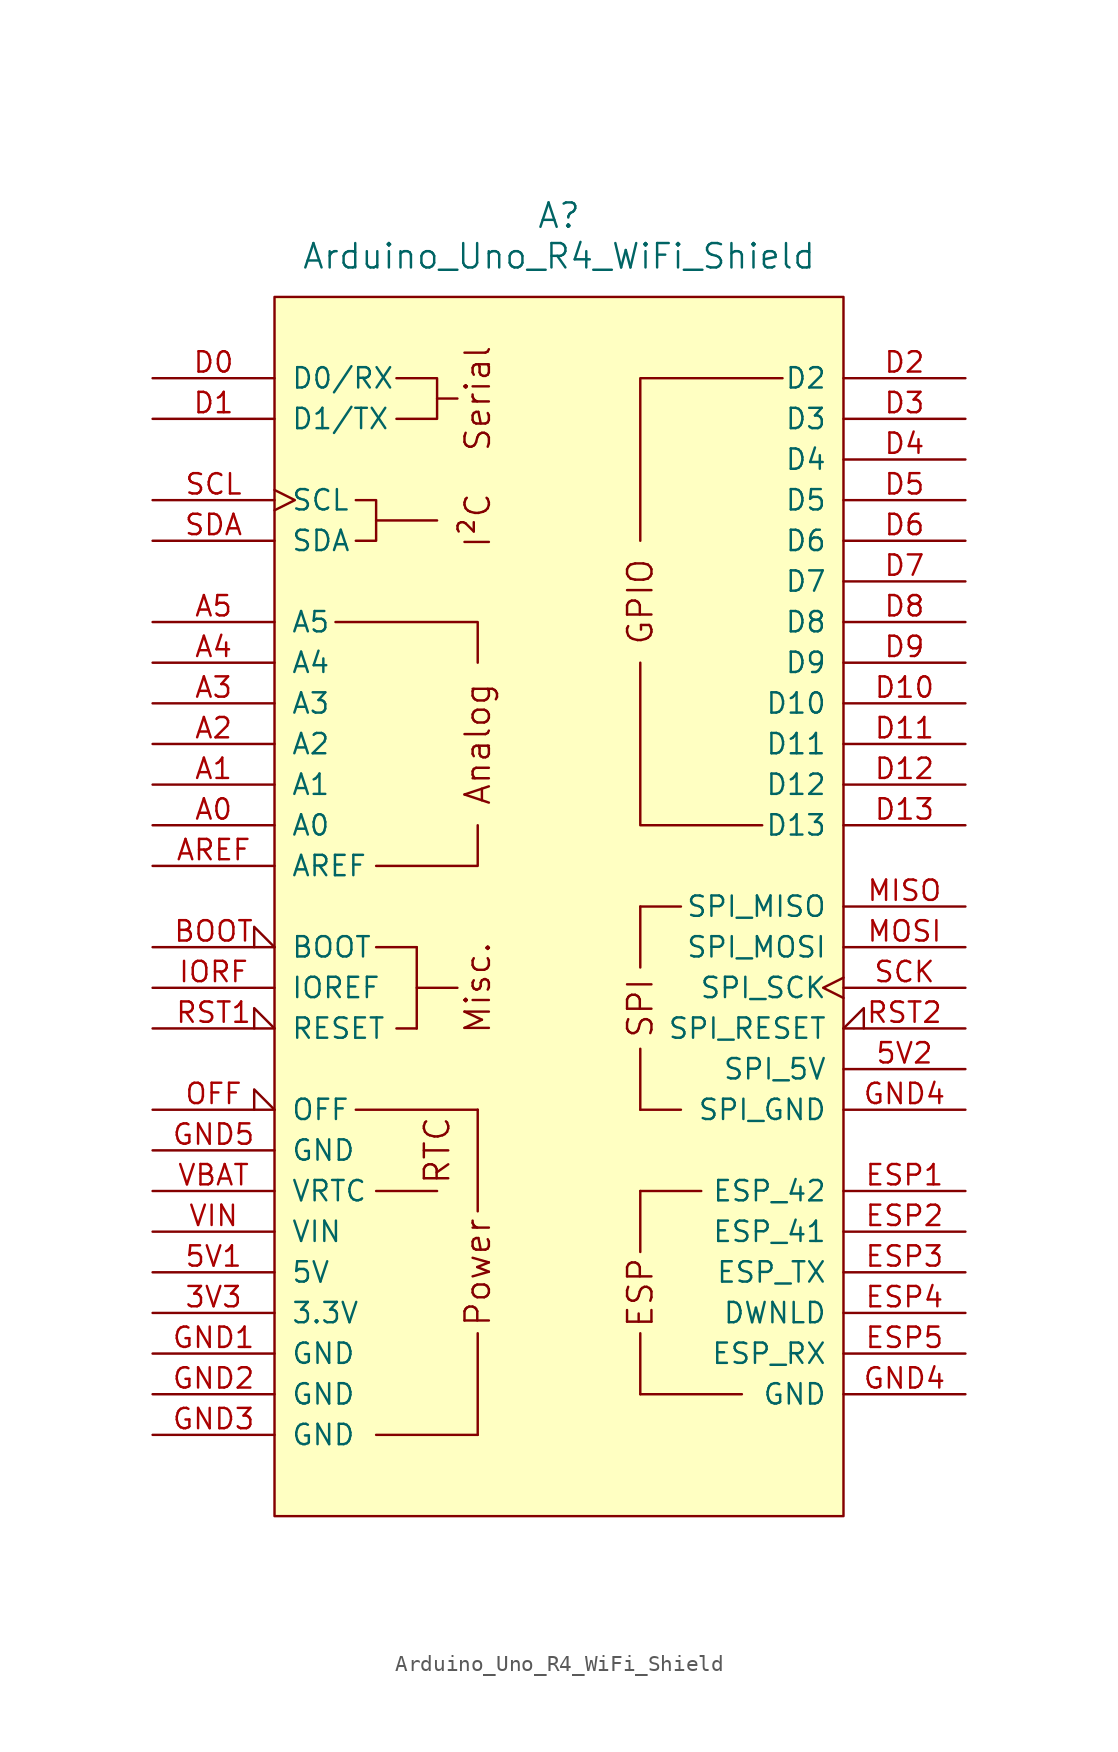
<source format=kicad_sym>
(kicad_symbol_lib
  (version 20231120)
  (generator "kicad_symbol_editor")
  (generator_version "8.0")
  (symbol "Arduino_Uno_R4_WiFi_Shield"
    (pin_names
      (offset 1.016))
    (property "Reference" "A"
      (at 0 43.18 0)
      (effects (font (size 1.524 1.524))))
    (property "Value" "Arduino_Uno_R4_WiFi_Shield"
      (at 0 40.64 0)
      (effects (font (size 1.524 1.524))))
    (symbol "Arduino_Uno_R4_WiFi_Shield_0_0"
      (rectangle (start -17.78 38.1) (end 17.78 -38.1) (stroke (width 0) (type default)) (fill (type background)))
      (rectangle (start -12.7 -12.7) (end -5.08 -12.7) (stroke (width 0) (type default)) (fill (type none)))
      (rectangle (start -11.43 -33.02) (end -5.08 -33.02) (stroke (width 0) (type default)) (fill (type none)))
      (rectangle (start -10.16 -7.62) (end -8.89 -7.62) (stroke (width 0) (type default)) (fill (type none)))
      (rectangle (start -8.89 -7.62) (end -8.89 -2.54) (stroke (width 0) (type default)) (fill (type none)))
      (rectangle (start -8.89 -5.08) (end -6.35 -5.08) (stroke (width 0) (type default)) (fill (type none)))
      (rectangle (start -8.89 -2.54) (end -11.43 -2.54) (stroke (width 0) (type default)) (fill (type none)))
      (polyline (pts (xy -11.43 24.13) (xy -7.62 24.13)) (stroke (width 0) (type default)) (fill (type none)))
      (polyline (pts (xy -7.62 31.75) (xy -6.35 31.75)) (stroke (width 0) (type default)) (fill (type none)))
      (polyline (pts (xy -5.08 -26.67) (xy -5.08 -33.02)) (stroke (width 0) (type default)) (fill (type none)))
      (polyline (pts (xy -5.08 -12.7) (xy -5.08 -19.05)) (stroke (width 0) (type default)) (fill (type none)))
      (polyline (pts (xy -5.08 5.08) (xy -5.08 2.54) (xy -11.43 2.54)) (stroke (width 0) (type default)) (fill (type none)))
      (polyline (pts (xy -5.08 15.24) (xy -5.08 17.78) (xy -13.97 17.78)) (stroke (width 0) (type default)) (fill (type none)))
      (polyline (pts (xy 5.08 15.24) (xy 5.08 5.08) (xy 12.7 5.08)) (stroke (width 0) (type default)) (fill (type none)))
      (polyline (pts (xy 5.08 22.86) (xy 5.08 33.02) (xy 13.97 33.02)) (stroke (width 0) (type default)) (fill (type none)))
      (polyline (pts (xy -12.7 25.4) (xy -11.43 25.4) (xy -11.43 22.86) (xy -12.7 22.86)) (stroke (width 0) (type default)) (fill (type none)))
      (polyline (pts (xy -10.16 33.02) (xy -7.62 33.02) (xy -7.62 30.48) (xy -10.16 30.48)) (stroke (width 0) (type default)) (fill (type none)))
      (rectangle (start 5.08 -30.48) (end 5.08 -26.67) (stroke (width 0) (type default)) (fill (type none)))
      (rectangle (start 5.08 -30.48) (end 11.43 -30.48) (stroke (width 0) (type default)) (fill (type none)))
      (rectangle (start 5.08 -21.59) (end 5.08 -17.78) (stroke (width 0) (type default)) (fill (type none)))
      (rectangle (start 5.08 -17.78) (end 8.89 -17.78) (stroke (width 0) (type default)) (fill (type none)))
      (rectangle (start 5.08 -12.7) (end 5.08 -8.89) (stroke (width 0) (type default)) (fill (type none)))
      (rectangle (start 5.08 -12.7) (end 7.62 -12.7) (stroke (width 0) (type default)) (fill (type none)))
      (rectangle (start 5.08 -3.81) (end 5.08 0) (stroke (width 0) (type default)) (fill (type none)))
      (rectangle (start 7.62 0) (end 5.08 0) (stroke (width 0) (type default)) (fill (type none)))
      (text "Analog" (at -5.08 10.16 900) (effects (font (size 1.524 1.524))))
      (text "ESP" (at 5.08 -24.13 900) (effects (font (size 1.524 1.524))))
      (text "I²C" (at -5.08 24.13 900) (effects (font (size 1.524 1.524))))
      (text "Misc." (at -5.08 -5.08 900) (effects (font (size 1.524 1.524))))
      (text "Power" (at -5.08 -22.86 900) (effects (font (size 1.524 1.524))))
      (text "RTC" (at -7.62 -15.24 900) (effects (font (size 1.524 1.524))))
      (text "Serial" (at -5.08 31.75 900) (effects (font (size 1.524 1.524))))
      (text "SPI" (at 5.08 -6.35 900) (effects (font (size 1.524 1.524)))))
    (symbol "Arduino_Uno_R4_WiFi_Shield_0_1"
      (polyline (pts (xy -11.43 -17.78) (xy -7.62 -17.78)) (stroke (width 0) (type default)) (fill (type none))))
    (symbol "Arduino_Uno_R4_WiFi_Shield_1_0"
      (text "GPIO" (at 5.08 19.05 900) (effects (font (size 1.524 1.524)))))
    (symbol "Arduino_Uno_R4_WiFi_Shield_1_1"
      (pin power_out line (at -25.4 -25.4 0) (length 7.62) (name "3.3V" (effects (font (size 1.27 1.27)))) (number "3V3" (effects (font (size 1.27 1.27)))))
      (pin power_in line (at -25.4 -22.86 0) (length 7.62) (name "5V" (effects (font (size 1.27 1.27)))) (number "5V1" (effects (font (size 1.27 1.27)))))
      (pin power_in line (at 25.4 -10.16 180) (length 7.62) (name "SPI_5V" (effects (font (size 1.27 1.27)))) (number "5V2" (effects (font (size 1.27 1.27)))))
      (pin bidirectional line (at -25.4 5.08 0) (length 7.62) (name "A0" (effects (font (size 1.27 1.27)))) (number "A0" (effects (font (size 1.27 1.27)))))
      (pin bidirectional line (at -25.4 7.62 0) (length 7.62) (name "A1" (effects (font (size 1.27 1.27)))) (number "A1" (effects (font (size 1.27 1.27)))))
      (pin bidirectional line (at -25.4 10.16 0) (length 7.62) (name "A2" (effects (font (size 1.27 1.27)))) (number "A2" (effects (font (size 1.27 1.27)))))
      (pin bidirectional line (at -25.4 12.7 0) (length 7.62) (name "A3" (effects (font (size 1.27 1.27)))) (number "A3" (effects (font (size 1.27 1.27)))))
      (pin bidirectional line (at -25.4 15.24 0) (length 7.62) (name "A4" (effects (font (size 1.27 1.27)))) (number "A4" (effects (font (size 1.27 1.27)))))
      (pin bidirectional line (at -25.4 17.78 0) (length 7.62) (name "A5" (effects (font (size 1.27 1.27)))) (number "A5" (effects (font (size 1.27 1.27)))))
      (pin input line (at -25.4 2.54 0) (length 7.62) (name "AREF" (effects (font (size 1.27 1.27)))) (number "AREF" (effects (font (size 1.27 1.27)))))
      (pin input input_low (at -25.4 -2.54 0) (length 7.62) (name "BOOT" (effects (font (size 1.27 1.27)))) (number "BOOT" (effects (font (size 1.27 1.27)))))
      (pin bidirectional line (at -25.4 33.02 0) (length 7.62) (name "D0/RX" (effects (font (size 1.27 1.27)))) (number "D0" (effects (font (size 1.27 1.27)))))
      (pin bidirectional line (at -25.4 30.48 0) (length 7.62) (name "D1/TX" (effects (font (size 1.27 1.27)))) (number "D1" (effects (font (size 1.27 1.27)))))
      (pin bidirectional line (at 25.4 12.7 180) (length 7.62) (name "D10" (effects (font (size 1.27 1.27)))) (number "D10" (effects (font (size 1.27 1.27)))))
      (pin bidirectional line (at 25.4 10.16 180) (length 7.62) (name "D11" (effects (font (size 1.27 1.27)))) (number "D11" (effects (font (size 1.27 1.27)))))
      (pin bidirectional line (at 25.4 7.62 180) (length 7.62) (name "D12" (effects (font (size 1.27 1.27)))) (number "D12" (effects (font (size 1.27 1.27)))))
      (pin bidirectional line (at 25.4 5.08 180) (length 7.62) (name "D13" (effects (font (size 1.27 1.27)))) (number "D13" (effects (font (size 1.27 1.27)))))
      (pin bidirectional line (at 25.4 33.02 180) (length 7.62) (name "D2" (effects (font (size 1.27 1.27)))) (number "D2" (effects (font (size 1.27 1.27)))))
      (pin bidirectional line (at 25.4 30.48 180) (length 7.62) (name "D3" (effects (font (size 1.27 1.27)))) (number "D3" (effects (font (size 1.27 1.27)))))
      (pin bidirectional line (at 25.4 27.94 180) (length 7.62) (name "D4" (effects (font (size 1.27 1.27)))) (number "D4" (effects (font (size 1.27 1.27)))))
      (pin bidirectional line (at 25.4 25.4 180) (length 7.62) (name "D5" (effects (font (size 1.27 1.27)))) (number "D5" (effects (font (size 1.27 1.27)))))
      (pin bidirectional line (at 25.4 22.86 180) (length 7.62) (name "D6" (effects (font (size 1.27 1.27)))) (number "D6" (effects (font (size 1.27 1.27)))))
      (pin bidirectional line (at 25.4 20.32 180) (length 7.62) (name "D7" (effects (font (size 1.27 1.27)))) (number "D7" (effects (font (size 1.27 1.27)))))
      (pin bidirectional line (at 25.4 17.78 180) (length 7.62) (name "D8" (effects (font (size 1.27 1.27)))) (number "D8" (effects (font (size 1.27 1.27)))))
      (pin bidirectional line (at 25.4 15.24 180) (length 7.62) (name "D9" (effects (font (size 1.27 1.27)))) (number "D9" (effects (font (size 1.27 1.27)))))
      (pin bidirectional line (at 25.4 -17.78 180) (length 7.62) (name "ESP_42" (effects (font (size 1.27 1.27)))) (number "ESP1" (effects (font (size 1.27 1.27)))))
      (pin bidirectional line (at 25.4 -20.32 180) (length 7.62) (name "ESP_41" (effects (font (size 1.27 1.27)))) (number "ESP2" (effects (font (size 1.27 1.27)))))
      (pin bidirectional line (at 25.4 -22.86 180) (length 7.62) (name "ESP_TX" (effects (font (size 1.27 1.27)))) (number "ESP3" (effects (font (size 1.27 1.27)))))
      (pin bidirectional line (at 25.4 -25.4 180) (length 7.62) (name "DWNLD" (effects (font (size 1.27 1.27)))) (number "ESP4" (effects (font (size 1.27 1.27)))))
      (pin bidirectional line (at 25.4 -27.94 180) (length 7.62) (name "ESP_RX" (effects (font (size 1.27 1.27)))) (number "ESP5" (effects (font (size 1.27 1.27)))))
      (pin power_in line (at -25.4 -27.94 0) (length 7.62) (name "GND" (effects (font (size 1.27 1.27)))) (number "GND1" (effects (font (size 1.27 1.27)))))
      (pin power_in line (at -25.4 -30.48 0) (length 7.62) (name "GND" (effects (font (size 1.27 1.27)))) (number "GND2" (effects (font (size 1.27 1.27)))))
      (pin power_in line (at -25.4 -33.02 0) (length 7.62) (name "GND" (effects (font (size 1.27 1.27)))) (number "GND3" (effects (font (size 1.27 1.27)))))
      (pin power_in line (at 25.4 -30.48 180) (length 7.62) (name "GND" (effects (font (size 1.27 1.27)))) (number "GND4" (effects (font (size 1.27 1.27)))))
      (pin power_in line (at 25.4 -12.7 180) (length 7.62) (name "SPI_GND" (effects (font (size 1.27 1.27)))) (number "GND4" (effects (font (size 1.27 1.27)))))
      (pin power_in line (at -25.4 -15.24 0) (length 7.62) (name "GND" (effects (font (size 1.27 1.27)))) (number "GND5" (effects (font (size 1.27 1.27)))))
      (pin output line (at -25.4 -5.08 0) (length 7.62) (name "IOREF" (effects (font (size 1.27 1.27)))) (number "IORF" (effects (font (size 1.27 1.27)))))
      (pin input line (at 25.4 0 180) (length 7.62) (name "SPI_MISO" (effects (font (size 1.27 1.27)))) (number "MISO" (effects (font (size 1.27 1.27)))))
      (pin output line (at 25.4 -2.54 180) (length 7.62) (name "SPI_MOSI" (effects (font (size 1.27 1.27)))) (number "MOSI" (effects (font (size 1.27 1.27)))))
      (pin input input_low (at -25.4 -12.7 0) (length 7.62) (name "OFF" (effects (font (size 1.27 1.27)))) (number "OFF" (effects (font (size 1.27 1.27)))))
      (pin open_collector input_low (at -25.4 -7.62 0) (length 7.62) (name "RESET" (effects (font (size 1.27 1.27)))) (number "RST1" (effects (font (size 1.27 1.27)))))
      (pin open_collector input_low (at 25.4 -7.62 180) (length 7.62) (name "SPI_RESET" (effects (font (size 1.27 1.27)))) (number "RST2" (effects (font (size 1.27 1.27)))))
      (pin output clock (at 25.4 -5.08 180) (length 7.62) (name "SPI_SCK" (effects (font (size 1.27 1.27)))) (number "SCK" (effects (font (size 1.27 1.27)))))
      (pin bidirectional clock (at -25.4 25.4 0) (length 7.62) (name "SCL" (effects (font (size 1.27 1.27)))) (number "SCL" (effects (font (size 1.27 1.27)))))
      (pin bidirectional line (at -25.4 22.86 0) (length 7.62) (name "SDA" (effects (font (size 1.27 1.27)))) (number "SDA" (effects (font (size 1.27 1.27)))))
      (pin power_in line (at -25.4 -17.78 0) (length 7.62) (name "VRTC" (effects (font (size 1.27 1.27)))) (number "VBAT" (effects (font (size 1.27 1.27)))))
      (pin power_in line (at -25.4 -20.32 0) (length 7.62) (name "VIN" (effects (font (size 1.27 1.27)))) (number "VIN" (effects (font (size 1.27 1.27))))))))
</source>
